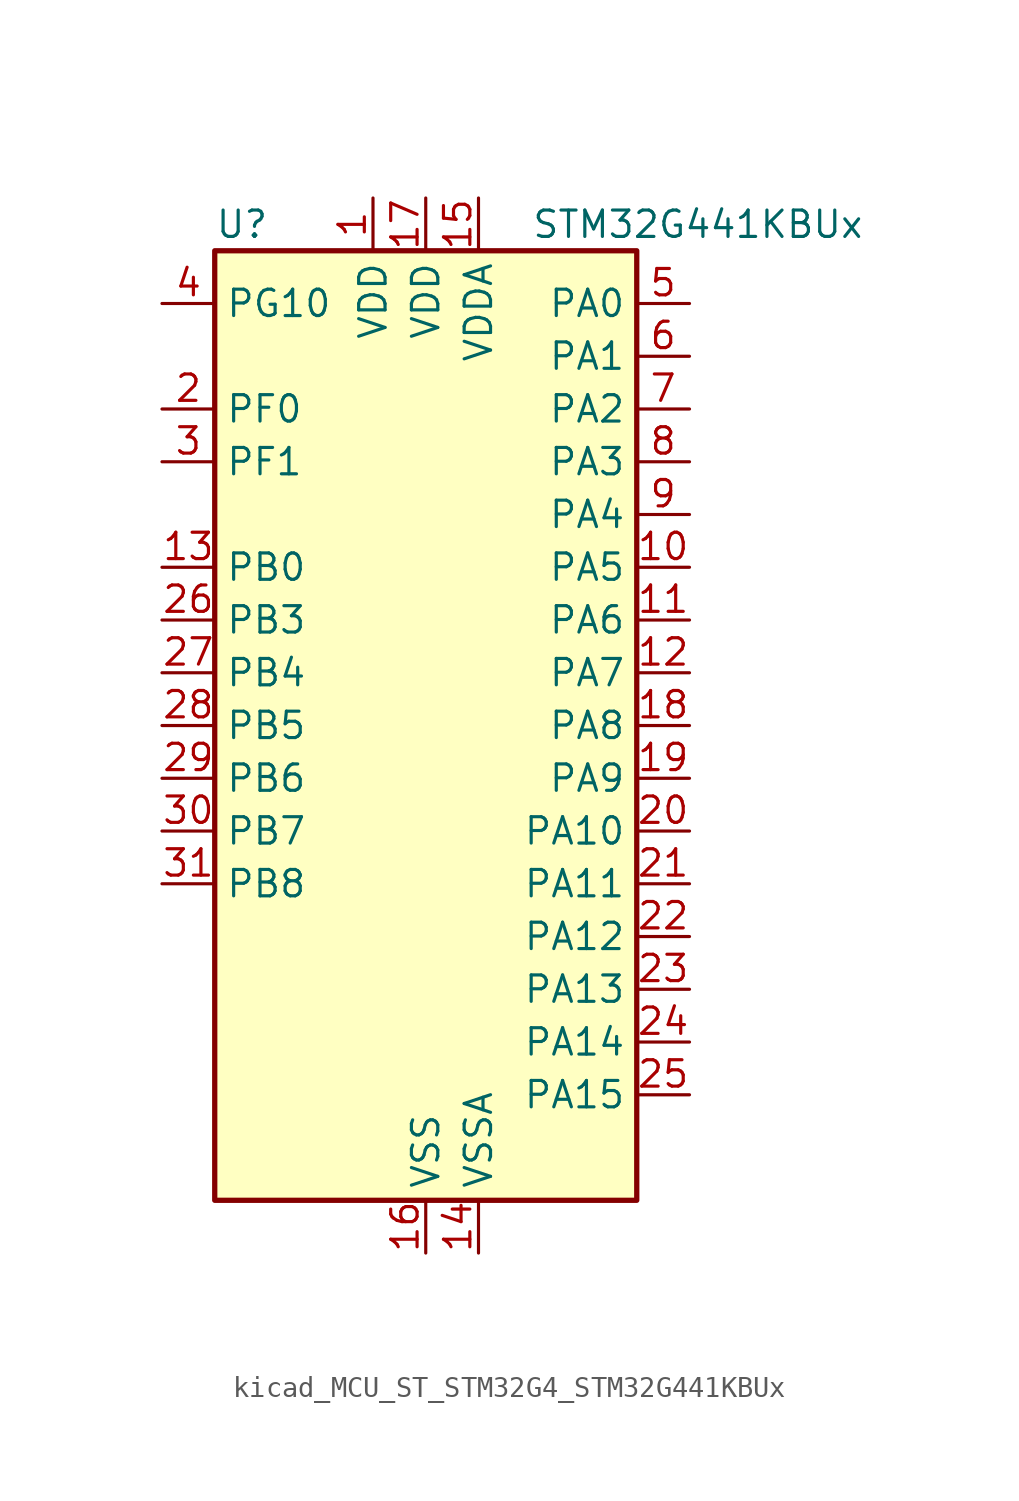
<source format=kicad_sym>
(kicad_symbol_lib
  (version 20220914)
  (generator kicad_symbol_editor)
  (symbol "kicad_MCU_ST_STM32G4_STM32G441KBUx"
    (property "Reference" "U"
      (at -10.16 24.13 0)
      (effects (font (size 1.27 1.27)) (justify left)))
    (property "Value" "STM32G441KBUx"
      (at 5.08 24.13 0)
      (effects (font (size 1.27 1.27)) (justify left)))
    (property "ki_locked" ""
      (at 0 0 0)
      (effects (font (size 1.27 1.27))))
    (symbol "kicad_MCU_ST_STM32G4_STM32G441KBUx_0_1"
      (rectangle (start -10.16 -22.86) (end 10.16 22.86) (stroke (width 0.254) (type default)) (fill (type background))))
    (symbol "kicad_MCU_ST_STM32G4_STM32G441KBUx_1_1"
      (pin power_in line (at -2.54 25.4 270) (length 2.54) (name "VDD" (effects (font (size 1.27 1.27)))) (number "1" (effects (font (size 1.27 1.27)))))
      (pin bidirectional line (at 12.7 7.62 180) (length 2.54) (name "PA5" (effects (font (size 1.27 1.27)))) (number "10" (effects (font (size 1.27 1.27)))) (alternate "ADC2_IN13" bidirectional line) (alternate "COMP2_INM" bidirectional line) (alternate "DAC1_OUT2" bidirectional line) (alternate "OPAMP2_VINM" bidirectional line) (alternate "OPAMP2_VINM0" bidirectional line) (alternate "OPAMP2_VINM_SEC" bidirectional line) (alternate "SPI1_SCK" bidirectional line) (alternate "TIM2_CH1" bidirectional line) (alternate "TIM2_ETR" bidirectional line) (alternate "UCPD1_FRSTX1" bidirectional line) (alternate "UCPD1_FRSTX2" bidirectional line))
      (pin bidirectional line (at 12.7 5.08 180) (length 2.54) (name "PA6" (effects (font (size 1.27 1.27)))) (number "11" (effects (font (size 1.27 1.27)))) (alternate "ADC2_IN3" bidirectional line) (alternate "COMP1_OUT" bidirectional line) (alternate "LPUART1_CTS" bidirectional line) (alternate "OPAMP2_VOUT" bidirectional line) (alternate "SPI1_MISO" bidirectional line) (alternate "TIM16_CH1" bidirectional line) (alternate "TIM1_BKIN" bidirectional line) (alternate "TIM3_CH1" bidirectional line) (alternate "TIM8_BKIN" bidirectional line))
      (pin bidirectional line (at 12.7 2.54 180) (length 2.54) (name "PA7" (effects (font (size 1.27 1.27)))) (number "12" (effects (font (size 1.27 1.27)))) (alternate "ADC2_IN4" bidirectional line) (alternate "COMP2_INP" bidirectional line) (alternate "COMP2_OUT" bidirectional line) (alternate "OPAMP1_VINP" bidirectional line) (alternate "OPAMP1_VINP_SEC" bidirectional line) (alternate "OPAMP2_VINP" bidirectional line) (alternate "OPAMP2_VINP_SEC" bidirectional line) (alternate "SPI1_MOSI" bidirectional line) (alternate "TIM17_CH1" bidirectional line) (alternate "TIM1_CH1N" bidirectional line) (alternate "TIM3_CH2" bidirectional line) (alternate "TIM8_CH1N" bidirectional line) (alternate "UCPD1_FRSTX1" bidirectional line) (alternate "UCPD1_FRSTX2" bidirectional line))
      (pin bidirectional line (at -12.7 7.62 0) (length 2.54) (name "PB0" (effects (font (size 1.27 1.27)))) (number "13" (effects (font (size 1.27 1.27)))) (alternate "ADC1_IN15" bidirectional line) (alternate "COMP4_INP" bidirectional line) (alternate "OPAMP2_VINP" bidirectional line) (alternate "OPAMP2_VINP_SEC" bidirectional line) (alternate "OPAMP3_VINP" bidirectional line) (alternate "OPAMP3_VINP_SEC" bidirectional line) (alternate "TIM1_CH2N" bidirectional line) (alternate "TIM3_CH3" bidirectional line) (alternate "TIM8_CH2N" bidirectional line) (alternate "UCPD1_FRSTX1" bidirectional line) (alternate "UCPD1_FRSTX2" bidirectional line))
      (pin power_in line (at 2.54 -25.4 90) (length 2.54) (name "VSSA" (effects (font (size 1.27 1.27)))) (number "14" (effects (font (size 1.27 1.27)))))
      (pin power_in line (at 2.54 25.4 270) (length 2.54) (name "VDDA" (effects (font (size 1.27 1.27)))) (number "15" (effects (font (size 1.27 1.27)))))
      (pin power_in line (at 0 -25.4 90) (length 2.54) (name "VSS" (effects (font (size 1.27 1.27)))) (number "16" (effects (font (size 1.27 1.27)))))
      (pin power_in line (at 0 25.4 270) (length 2.54) (name "VDD" (effects (font (size 1.27 1.27)))) (number "17" (effects (font (size 1.27 1.27)))))
      (pin bidirectional line (at 12.7 0 180) (length 2.54) (name "PA8" (effects (font (size 1.27 1.27)))) (number "18" (effects (font (size 1.27 1.27)))) (alternate "I2C2_SDA" bidirectional line) (alternate "I2C3_SCL" bidirectional line) (alternate "I2S2_MCK" bidirectional line) (alternate "RCC_MCO" bidirectional line) (alternate "SAI1_CK2" bidirectional line) (alternate "SAI1_SCK_A" bidirectional line) (alternate "TIM1_CH1" bidirectional line) (alternate "TIM4_ETR" bidirectional line) (alternate "USART1_CK" bidirectional line))
      (pin bidirectional line (at 12.7 -2.54 180) (length 2.54) (name "PA9" (effects (font (size 1.27 1.27)))) (number "19" (effects (font (size 1.27 1.27)))) (alternate "DAC1_EXTI9" bidirectional line) (alternate "DAC3_EXTI9" bidirectional line) (alternate "I2C2_SCL" bidirectional line) (alternate "I2C3_SMBA" bidirectional line) (alternate "I2S3_MCK" bidirectional line) (alternate "SAI1_FS_A" bidirectional line) (alternate "TIM15_BKIN" bidirectional line) (alternate "TIM1_CH2" bidirectional line) (alternate "TIM2_CH3" bidirectional line) (alternate "UCPD1_DBCC1" bidirectional line) (alternate "USART1_TX" bidirectional line))
      (pin bidirectional line (at -12.7 15.24 0) (length 2.54) (name "PF0" (effects (font (size 1.27 1.27)))) (number "2" (effects (font (size 1.27 1.27)))) (alternate "ADC1_IN10" bidirectional line) (alternate "I2C2_SDA" bidirectional line) (alternate "I2S2_WS" bidirectional line) (alternate "RCC_OSC_IN" bidirectional line) (alternate "SPI2_NSS" bidirectional line) (alternate "TIM1_CH3N" bidirectional line))
      (pin bidirectional line (at 12.7 -5.08 180) (length 2.54) (name "PA10" (effects (font (size 1.27 1.27)))) (number "20" (effects (font (size 1.27 1.27)))) (alternate "CRS_SYNC" bidirectional line) (alternate "DAC1_EXTI10" bidirectional line) (alternate "DAC3_EXTI10" bidirectional line) (alternate "I2C2_SMBA" bidirectional line) (alternate "SAI1_D1" bidirectional line) (alternate "SAI1_SD_A" bidirectional line) (alternate "SPI2_MISO" bidirectional line) (alternate "TIM17_BKIN" bidirectional line) (alternate "TIM1_CH3" bidirectional line) (alternate "TIM2_CH4" bidirectional line) (alternate "TIM8_BKIN" bidirectional line) (alternate "UCPD1_DBCC2" bidirectional line) (alternate "USART1_RX" bidirectional line))
      (pin bidirectional line (at 12.7 -7.62 180) (length 2.54) (name "PA11" (effects (font (size 1.27 1.27)))) (number "21" (effects (font (size 1.27 1.27)))) (alternate "ADC1_EXTI11" bidirectional line) (alternate "ADC2_EXTI11" bidirectional line) (alternate "COMP1_OUT" bidirectional line) (alternate "FDCAN1_RX" bidirectional line) (alternate "I2S2_SD" bidirectional line) (alternate "SPI2_MOSI" bidirectional line) (alternate "TIM1_BKIN2" bidirectional line) (alternate "TIM1_CH1N" bidirectional line) (alternate "TIM1_CH4" bidirectional line) (alternate "TIM4_CH1" bidirectional line) (alternate "USART1_CTS" bidirectional line) (alternate "USART1_NSS" bidirectional line) (alternate "USB_DM" bidirectional line))
      (pin bidirectional line (at 12.7 -10.16 180) (length 2.54) (name "PA12" (effects (font (size 1.27 1.27)))) (number "22" (effects (font (size 1.27 1.27)))) (alternate "COMP2_OUT" bidirectional line) (alternate "FDCAN1_TX" bidirectional line) (alternate "I2S_CKIN" bidirectional line) (alternate "TIM16_CH1" bidirectional line) (alternate "TIM1_CH2N" bidirectional line) (alternate "TIM1_ETR" bidirectional line) (alternate "TIM4_CH2" bidirectional line) (alternate "USART1_DE" bidirectional line) (alternate "USART1_RTS" bidirectional line) (alternate "USB_DP" bidirectional line))
      (pin bidirectional line (at 12.7 -12.7 180) (length 2.54) (name "PA13" (effects (font (size 1.27 1.27)))) (number "23" (effects (font (size 1.27 1.27)))) (alternate "I2C1_SCL" bidirectional line) (alternate "IR_OUT" bidirectional line) (alternate "SAI1_SD_B" bidirectional line) (alternate "SYS_JTMS-SWDIO" bidirectional line) (alternate "TIM16_CH1N" bidirectional line) (alternate "TIM4_CH3" bidirectional line))
      (pin bidirectional line (at 12.7 -15.24 180) (length 2.54) (name "PA14" (effects (font (size 1.27 1.27)))) (number "24" (effects (font (size 1.27 1.27)))) (alternate "I2C1_SDA" bidirectional line) (alternate "LPTIM1_OUT" bidirectional line) (alternate "SAI1_FS_B" bidirectional line) (alternate "SYS_JTCK-SWCLK" bidirectional line) (alternate "TIM1_BKIN" bidirectional line) (alternate "TIM8_CH2" bidirectional line) (alternate "USART2_TX" bidirectional line))
      (pin bidirectional line (at 12.7 -17.78 180) (length 2.54) (name "PA15" (effects (font (size 1.27 1.27)))) (number "25" (effects (font (size 1.27 1.27)))) (alternate "ADC1_EXTI15" bidirectional line) (alternate "ADC2_EXTI15" bidirectional line) (alternate "I2C1_SCL" bidirectional line) (alternate "I2S3_WS" bidirectional line) (alternate "SPI1_NSS" bidirectional line) (alternate "SPI3_NSS" bidirectional line) (alternate "SYS_JTDI" bidirectional line) (alternate "TIM1_BKIN" bidirectional line) (alternate "TIM2_CH1" bidirectional line) (alternate "TIM2_ETR" bidirectional line) (alternate "TIM8_CH1" bidirectional line) (alternate "USART2_RX" bidirectional line))
      (pin bidirectional line (at -12.7 5.08 0) (length 2.54) (name "PB3" (effects (font (size 1.27 1.27)))) (number "26" (effects (font (size 1.27 1.27)))) (alternate "CRS_SYNC" bidirectional line) (alternate "I2S3_CK" bidirectional line) (alternate "SAI1_SCK_B" bidirectional line) (alternate "SPI1_SCK" bidirectional line) (alternate "SPI3_SCK" bidirectional line) (alternate "SYS_JTDO-SWO" bidirectional line) (alternate "TIM2_CH2" bidirectional line) (alternate "TIM3_ETR" bidirectional line) (alternate "TIM4_ETR" bidirectional line) (alternate "TIM8_CH1N" bidirectional line) (alternate "USART2_TX" bidirectional line))
      (pin bidirectional line (at -12.7 2.54 0) (length 2.54) (name "PB4" (effects (font (size 1.27 1.27)))) (number "27" (effects (font (size 1.27 1.27)))) (alternate "SAI1_MCLK_B" bidirectional line) (alternate "SPI1_MISO" bidirectional line) (alternate "SPI3_MISO" bidirectional line) (alternate "SYS_JTRST" bidirectional line) (alternate "TIM16_CH1" bidirectional line) (alternate "TIM17_BKIN" bidirectional line) (alternate "TIM3_CH1" bidirectional line) (alternate "TIM8_CH2N" bidirectional line) (alternate "UCPD1_CC2" bidirectional line) (alternate "USART2_RX" bidirectional line))
      (pin bidirectional line (at -12.7 0 0) (length 2.54) (name "PB5" (effects (font (size 1.27 1.27)))) (number "28" (effects (font (size 1.27 1.27)))) (alternate "I2C1_SMBA" bidirectional line) (alternate "I2C3_SDA" bidirectional line) (alternate "I2S3_SD" bidirectional line) (alternate "LPTIM1_IN1" bidirectional line) (alternate "SAI1_SD_B" bidirectional line) (alternate "SPI1_MOSI" bidirectional line) (alternate "SPI3_MOSI" bidirectional line) (alternate "TIM16_BKIN" bidirectional line) (alternate "TIM17_CH1" bidirectional line) (alternate "TIM3_CH2" bidirectional line) (alternate "TIM8_CH3N" bidirectional line) (alternate "USART2_CK" bidirectional line))
      (pin bidirectional line (at -12.7 -2.54 0) (length 2.54) (name "PB6" (effects (font (size 1.27 1.27)))) (number "29" (effects (font (size 1.27 1.27)))) (alternate "COMP4_OUT" bidirectional line) (alternate "LPTIM1_ETR" bidirectional line) (alternate "SAI1_FS_B" bidirectional line) (alternate "TIM16_CH1N" bidirectional line) (alternate "TIM4_CH1" bidirectional line) (alternate "TIM8_BKIN2" bidirectional line) (alternate "TIM8_CH1" bidirectional line) (alternate "TIM8_ETR" bidirectional line) (alternate "UCPD1_CC1" bidirectional line) (alternate "USART1_TX" bidirectional line))
      (pin bidirectional line (at -12.7 12.7 0) (length 2.54) (name "PF1" (effects (font (size 1.27 1.27)))) (number "3" (effects (font (size 1.27 1.27)))) (alternate "ADC2_IN10" bidirectional line) (alternate "COMP3_INM" bidirectional line) (alternate "I2S2_CK" bidirectional line) (alternate "RCC_OSC_OUT" bidirectional line) (alternate "SPI2_SCK" bidirectional line))
      (pin bidirectional line (at -12.7 -5.08 0) (length 2.54) (name "PB7" (effects (font (size 1.27 1.27)))) (number "30" (effects (font (size 1.27 1.27)))) (alternate "COMP3_OUT" bidirectional line) (alternate "I2C1_SDA" bidirectional line) (alternate "LPTIM1_IN2" bidirectional line) (alternate "SYS_PVD_IN" bidirectional line) (alternate "TIM17_CH1N" bidirectional line) (alternate "TIM3_CH4" bidirectional line) (alternate "TIM4_CH2" bidirectional line) (alternate "TIM8_BKIN" bidirectional line) (alternate "USART1_RX" bidirectional line))
      (pin bidirectional line (at -12.7 -7.62 0) (length 2.54) (name "PB8" (effects (font (size 1.27 1.27)))) (number "31" (effects (font (size 1.27 1.27)))) (alternate "COMP1_OUT" bidirectional line) (alternate "FDCAN1_RX" bidirectional line) (alternate "I2C1_SCL" bidirectional line) (alternate "SAI1_CK1" bidirectional line) (alternate "SAI1_MCLK_A" bidirectional line) (alternate "TIM16_CH1" bidirectional line) (alternate "TIM1_BKIN" bidirectional line) (alternate "TIM4_CH3" bidirectional line) (alternate "TIM8_CH2" bidirectional line))
      (pin passive line (at 0 -25.4 90) (length 2.54) hide (name "VSS" (effects (font (size 1.27 1.27)))) (number "32" (effects (font (size 1.27 1.27)))))
      (pin passive line (at 0 -25.4 90) (length 2.54) hide (name "VSS" (effects (font (size 1.27 1.27)))) (number "33" (effects (font (size 1.27 1.27)))))
      (pin bidirectional line (at -12.7 20.32 0) (length 2.54) (name "PG10" (effects (font (size 1.27 1.27)))) (number "4" (effects (font (size 1.27 1.27)))) (alternate "DAC1_EXTI10" bidirectional line) (alternate "DAC3_EXTI10" bidirectional line) (alternate "RCC_MCO" bidirectional line))
      (pin bidirectional line (at 12.7 20.32 180) (length 2.54) (name "PA0" (effects (font (size 1.27 1.27)))) (number "5" (effects (font (size 1.27 1.27)))) (alternate "ADC1_IN1" bidirectional line) (alternate "ADC2_IN1" bidirectional line) (alternate "COMP1_INM" bidirectional line) (alternate "COMP1_OUT" bidirectional line) (alternate "COMP3_INP" bidirectional line) (alternate "RTC_TAMP2" bidirectional line) (alternate "SYS_WKUP1" bidirectional line) (alternate "TIM2_CH1" bidirectional line) (alternate "TIM2_ETR" bidirectional line) (alternate "TIM8_BKIN" bidirectional line) (alternate "TIM8_ETR" bidirectional line) (alternate "USART2_CTS" bidirectional line) (alternate "USART2_NSS" bidirectional line))
      (pin bidirectional line (at 12.7 17.78 180) (length 2.54) (name "PA1" (effects (font (size 1.27 1.27)))) (number "6" (effects (font (size 1.27 1.27)))) (alternate "ADC1_IN2" bidirectional line) (alternate "ADC2_IN2" bidirectional line) (alternate "COMP1_INP" bidirectional line) (alternate "OPAMP1_VINP" bidirectional line) (alternate "OPAMP1_VINP_SEC" bidirectional line) (alternate "OPAMP3_VINP" bidirectional line) (alternate "OPAMP3_VINP_SEC" bidirectional line) (alternate "RTC_REFIN" bidirectional line) (alternate "TIM15_CH1N" bidirectional line) (alternate "TIM2_CH2" bidirectional line) (alternate "USART2_DE" bidirectional line) (alternate "USART2_RTS" bidirectional line))
      (pin bidirectional line (at 12.7 15.24 180) (length 2.54) (name "PA2" (effects (font (size 1.27 1.27)))) (number "7" (effects (font (size 1.27 1.27)))) (alternate "ADC1_IN3" bidirectional line) (alternate "COMP2_INM" bidirectional line) (alternate "COMP2_OUT" bidirectional line) (alternate "LPUART1_TX" bidirectional line) (alternate "OPAMP1_VOUT" bidirectional line) (alternate "RCC_LSCO" bidirectional line) (alternate "SYS_WKUP4" bidirectional line) (alternate "TIM15_CH1" bidirectional line) (alternate "TIM2_CH3" bidirectional line) (alternate "UCPD1_FRSTX1" bidirectional line) (alternate "UCPD1_FRSTX2" bidirectional line) (alternate "USART2_TX" bidirectional line))
      (pin bidirectional line (at 12.7 12.7 180) (length 2.54) (name "PA3" (effects (font (size 1.27 1.27)))) (number "8" (effects (font (size 1.27 1.27)))) (alternate "ADC1_IN4" bidirectional line) (alternate "COMP2_INP" bidirectional line) (alternate "LPUART1_RX" bidirectional line) (alternate "OPAMP1_VINM" bidirectional line) (alternate "OPAMP1_VINM0" bidirectional line) (alternate "OPAMP1_VINM_SEC" bidirectional line) (alternate "OPAMP1_VINP" bidirectional line) (alternate "OPAMP1_VINP_SEC" bidirectional line) (alternate "SAI1_CK1" bidirectional line) (alternate "SAI1_MCLK_A" bidirectional line) (alternate "TIM15_CH2" bidirectional line) (alternate "TIM2_CH4" bidirectional line) (alternate "USART2_RX" bidirectional line))
      (pin bidirectional line (at 12.7 10.16 180) (length 2.54) (name "PA4" (effects (font (size 1.27 1.27)))) (number "9" (effects (font (size 1.27 1.27)))) (alternate "ADC2_IN17" bidirectional line) (alternate "COMP1_INM" bidirectional line) (alternate "DAC1_OUT1" bidirectional line) (alternate "I2S3_WS" bidirectional line) (alternate "SAI1_FS_B" bidirectional line) (alternate "SPI1_NSS" bidirectional line) (alternate "SPI3_NSS" bidirectional line) (alternate "TIM3_CH2" bidirectional line) (alternate "USART2_CK" bidirectional line)))))
</source>
